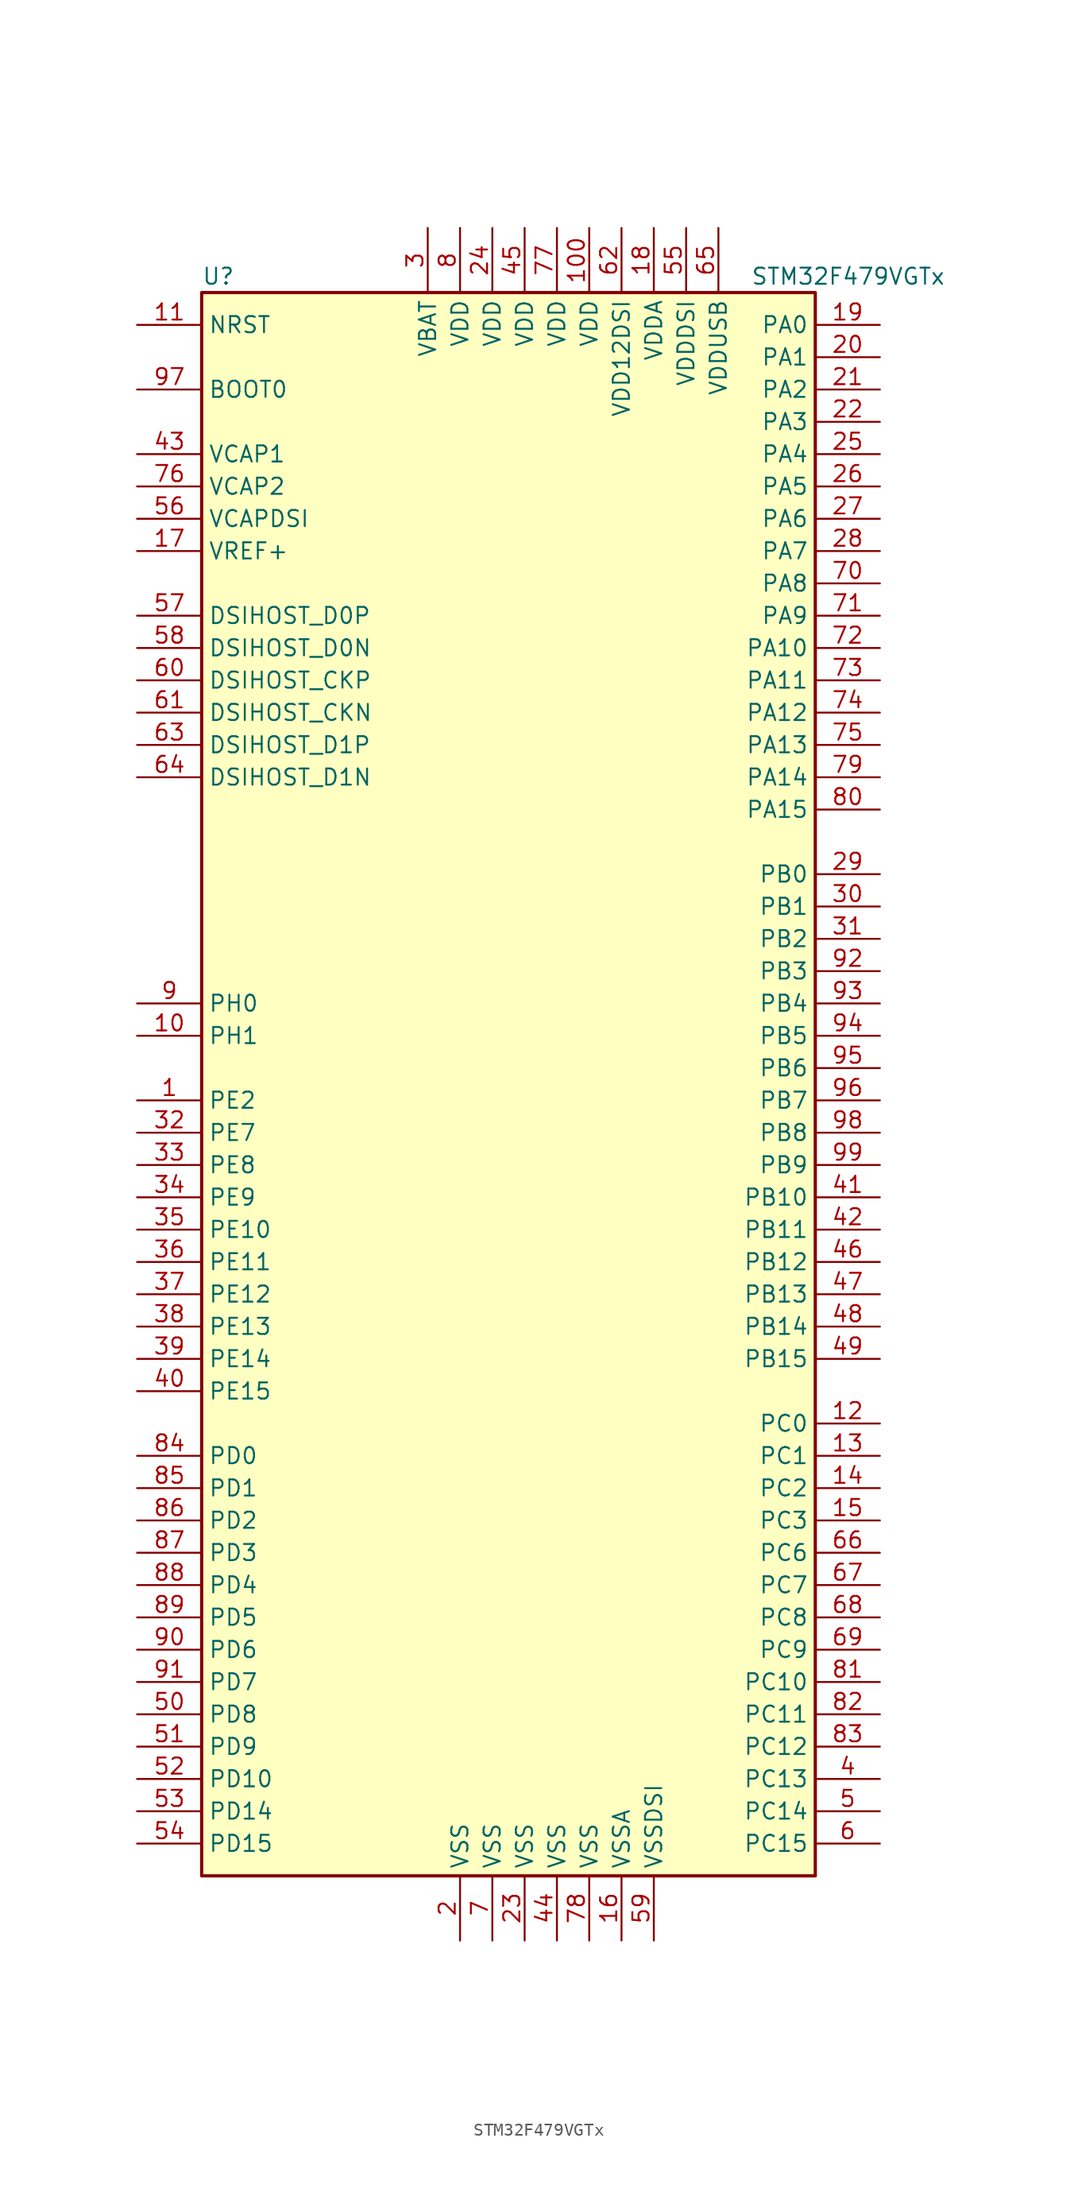
<source format=kicad_sym>
(kicad_symbol_lib
  (version 20220914)
  (generator kicad_symbol_editor)
  (symbol "STM32F479VGTx"
    (property "Reference" "U"
      (at -25.4 62.23 0)
      (effects (font (size 1.27 1.27)) (justify left)))
    (property "Value" "STM32F479VGTx"
      (at 17.78 62.23 0)
      (effects (font (size 1.27 1.27)) (justify left)))
    (symbol "STM32F479VGTx_0_1"
      (rectangle (start -25.4 -63.5) (end 22.86 60.96) (stroke (width 0.254) (type default)) (fill (type background))))
    (symbol "STM32F479VGTx_1_1"
      (pin bidirectional line (at -30.48 -2.54 0) (length 5.08) (name "PE2" (effects (font (size 1.27 1.27)))) (number "1" (effects (font (size 1.27 1.27)))))
      (pin input line (at -30.48 2.54 0) (length 5.08) (name "PH1" (effects (font (size 1.27 1.27)))) (number "10" (effects (font (size 1.27 1.27)))))
      (pin power_in line (at 5.08 66.04 270) (length 5.08) (name "VDD" (effects (font (size 1.27 1.27)))) (number "100" (effects (font (size 1.27 1.27)))))
      (pin input line (at -30.48 58.42 0) (length 5.08) (name "NRST" (effects (font (size 1.27 1.27)))) (number "11" (effects (font (size 1.27 1.27)))))
      (pin bidirectional line (at 27.94 -27.94 180) (length 5.08) (name "PC0" (effects (font (size 1.27 1.27)))) (number "12" (effects (font (size 1.27 1.27)))))
      (pin bidirectional line (at 27.94 -30.48 180) (length 5.08) (name "PC1" (effects (font (size 1.27 1.27)))) (number "13" (effects (font (size 1.27 1.27)))))
      (pin bidirectional line (at 27.94 -33.02 180) (length 5.08) (name "PC2" (effects (font (size 1.27 1.27)))) (number "14" (effects (font (size 1.27 1.27)))))
      (pin bidirectional line (at 27.94 -35.56 180) (length 5.08) (name "PC3" (effects (font (size 1.27 1.27)))) (number "15" (effects (font (size 1.27 1.27)))))
      (pin power_in line (at 7.62 -68.58 90) (length 5.08) (name "VSSA" (effects (font (size 1.27 1.27)))) (number "16" (effects (font (size 1.27 1.27)))))
      (pin power_in line (at -30.48 40.64 0) (length 5.08) (name "VREF+" (effects (font (size 1.27 1.27)))) (number "17" (effects (font (size 1.27 1.27)))))
      (pin power_in line (at 10.16 66.04 270) (length 5.08) (name "VDDA" (effects (font (size 1.27 1.27)))) (number "18" (effects (font (size 1.27 1.27)))))
      (pin bidirectional line (at 27.94 58.42 180) (length 5.08) (name "PA0" (effects (font (size 1.27 1.27)))) (number "19" (effects (font (size 1.27 1.27)))))
      (pin power_in line (at -5.08 -68.58 90) (length 5.08) (name "VSS" (effects (font (size 1.27 1.27)))) (number "2" (effects (font (size 1.27 1.27)))))
      (pin bidirectional line (at 27.94 55.88 180) (length 5.08) (name "PA1" (effects (font (size 1.27 1.27)))) (number "20" (effects (font (size 1.27 1.27)))))
      (pin bidirectional line (at 27.94 53.34 180) (length 5.08) (name "PA2" (effects (font (size 1.27 1.27)))) (number "21" (effects (font (size 1.27 1.27)))))
      (pin bidirectional line (at 27.94 50.8 180) (length 5.08) (name "PA3" (effects (font (size 1.27 1.27)))) (number "22" (effects (font (size 1.27 1.27)))))
      (pin power_in line (at 0 -68.58 90) (length 5.08) (name "VSS" (effects (font (size 1.27 1.27)))) (number "23" (effects (font (size 1.27 1.27)))))
      (pin power_in line (at -2.54 66.04 270) (length 5.08) (name "VDD" (effects (font (size 1.27 1.27)))) (number "24" (effects (font (size 1.27 1.27)))))
      (pin bidirectional line (at 27.94 48.26 180) (length 5.08) (name "PA4" (effects (font (size 1.27 1.27)))) (number "25" (effects (font (size 1.27 1.27)))))
      (pin bidirectional line (at 27.94 45.72 180) (length 5.08) (name "PA5" (effects (font (size 1.27 1.27)))) (number "26" (effects (font (size 1.27 1.27)))))
      (pin bidirectional line (at 27.94 43.18 180) (length 5.08) (name "PA6" (effects (font (size 1.27 1.27)))) (number "27" (effects (font (size 1.27 1.27)))))
      (pin bidirectional line (at 27.94 40.64 180) (length 5.08) (name "PA7" (effects (font (size 1.27 1.27)))) (number "28" (effects (font (size 1.27 1.27)))))
      (pin bidirectional line (at 27.94 15.24 180) (length 5.08) (name "PB0" (effects (font (size 1.27 1.27)))) (number "29" (effects (font (size 1.27 1.27)))))
      (pin power_in line (at -7.62 66.04 270) (length 5.08) (name "VBAT" (effects (font (size 1.27 1.27)))) (number "3" (effects (font (size 1.27 1.27)))))
      (pin bidirectional line (at 27.94 12.7 180) (length 5.08) (name "PB1" (effects (font (size 1.27 1.27)))) (number "30" (effects (font (size 1.27 1.27)))))
      (pin bidirectional line (at 27.94 10.16 180) (length 5.08) (name "PB2" (effects (font (size 1.27 1.27)))) (number "31" (effects (font (size 1.27 1.27)))))
      (pin bidirectional line (at -30.48 -5.08 0) (length 5.08) (name "PE7" (effects (font (size 1.27 1.27)))) (number "32" (effects (font (size 1.27 1.27)))))
      (pin bidirectional line (at -30.48 -7.62 0) (length 5.08) (name "PE8" (effects (font (size 1.27 1.27)))) (number "33" (effects (font (size 1.27 1.27)))))
      (pin bidirectional line (at -30.48 -10.16 0) (length 5.08) (name "PE9" (effects (font (size 1.27 1.27)))) (number "34" (effects (font (size 1.27 1.27)))))
      (pin bidirectional line (at -30.48 -12.7 0) (length 5.08) (name "PE10" (effects (font (size 1.27 1.27)))) (number "35" (effects (font (size 1.27 1.27)))))
      (pin bidirectional line (at -30.48 -15.24 0) (length 5.08) (name "PE11" (effects (font (size 1.27 1.27)))) (number "36" (effects (font (size 1.27 1.27)))))
      (pin bidirectional line (at -30.48 -17.78 0) (length 5.08) (name "PE12" (effects (font (size 1.27 1.27)))) (number "37" (effects (font (size 1.27 1.27)))))
      (pin bidirectional line (at -30.48 -20.32 0) (length 5.08) (name "PE13" (effects (font (size 1.27 1.27)))) (number "38" (effects (font (size 1.27 1.27)))))
      (pin bidirectional line (at -30.48 -22.86 0) (length 5.08) (name "PE14" (effects (font (size 1.27 1.27)))) (number "39" (effects (font (size 1.27 1.27)))))
      (pin bidirectional line (at 27.94 -55.88 180) (length 5.08) (name "PC13" (effects (font (size 1.27 1.27)))) (number "4" (effects (font (size 1.27 1.27)))))
      (pin bidirectional line (at -30.48 -25.4 0) (length 5.08) (name "PE15" (effects (font (size 1.27 1.27)))) (number "40" (effects (font (size 1.27 1.27)))))
      (pin bidirectional line (at 27.94 -10.16 180) (length 5.08) (name "PB10" (effects (font (size 1.27 1.27)))) (number "41" (effects (font (size 1.27 1.27)))))
      (pin bidirectional line (at 27.94 -12.7 180) (length 5.08) (name "PB11" (effects (font (size 1.27 1.27)))) (number "42" (effects (font (size 1.27 1.27)))))
      (pin power_in line (at -30.48 48.26 0) (length 5.08) (name "VCAP1" (effects (font (size 1.27 1.27)))) (number "43" (effects (font (size 1.27 1.27)))))
      (pin power_in line (at 2.54 -68.58 90) (length 5.08) (name "VSS" (effects (font (size 1.27 1.27)))) (number "44" (effects (font (size 1.27 1.27)))))
      (pin power_in line (at 0 66.04 270) (length 5.08) (name "VDD" (effects (font (size 1.27 1.27)))) (number "45" (effects (font (size 1.27 1.27)))))
      (pin bidirectional line (at 27.94 -15.24 180) (length 5.08) (name "PB12" (effects (font (size 1.27 1.27)))) (number "46" (effects (font (size 1.27 1.27)))))
      (pin bidirectional line (at 27.94 -17.78 180) (length 5.08) (name "PB13" (effects (font (size 1.27 1.27)))) (number "47" (effects (font (size 1.27 1.27)))))
      (pin bidirectional line (at 27.94 -20.32 180) (length 5.08) (name "PB14" (effects (font (size 1.27 1.27)))) (number "48" (effects (font (size 1.27 1.27)))))
      (pin bidirectional line (at 27.94 -22.86 180) (length 5.08) (name "PB15" (effects (font (size 1.27 1.27)))) (number "49" (effects (font (size 1.27 1.27)))))
      (pin bidirectional line (at 27.94 -58.42 180) (length 5.08) (name "PC14" (effects (font (size 1.27 1.27)))) (number "5" (effects (font (size 1.27 1.27)))))
      (pin bidirectional line (at -30.48 -50.8 0) (length 5.08) (name "PD8" (effects (font (size 1.27 1.27)))) (number "50" (effects (font (size 1.27 1.27)))))
      (pin bidirectional line (at -30.48 -53.34 0) (length 5.08) (name "PD9" (effects (font (size 1.27 1.27)))) (number "51" (effects (font (size 1.27 1.27)))))
      (pin bidirectional line (at -30.48 -55.88 0) (length 5.08) (name "PD10" (effects (font (size 1.27 1.27)))) (number "52" (effects (font (size 1.27 1.27)))))
      (pin bidirectional line (at -30.48 -58.42 0) (length 5.08) (name "PD14" (effects (font (size 1.27 1.27)))) (number "53" (effects (font (size 1.27 1.27)))))
      (pin bidirectional line (at -30.48 -60.96 0) (length 5.08) (name "PD15" (effects (font (size 1.27 1.27)))) (number "54" (effects (font (size 1.27 1.27)))))
      (pin power_in line (at 12.7 66.04 270) (length 5.08) (name "VDDDSI" (effects (font (size 1.27 1.27)))) (number "55" (effects (font (size 1.27 1.27)))))
      (pin power_in line (at -30.48 43.18 0) (length 5.08) (name "VCAPDSI" (effects (font (size 1.27 1.27)))) (number "56" (effects (font (size 1.27 1.27)))))
      (pin bidirectional line (at -30.48 35.56 0) (length 5.08) (name "DSIHOST_D0P" (effects (font (size 1.27 1.27)))) (number "57" (effects (font (size 1.27 1.27)))))
      (pin bidirectional line (at -30.48 33.02 0) (length 5.08) (name "DSIHOST_D0N" (effects (font (size 1.27 1.27)))) (number "58" (effects (font (size 1.27 1.27)))))
      (pin power_in line (at 10.16 -68.58 90) (length 5.08) (name "VSSDSI" (effects (font (size 1.27 1.27)))) (number "59" (effects (font (size 1.27 1.27)))))
      (pin bidirectional line (at 27.94 -60.96 180) (length 5.08) (name "PC15" (effects (font (size 1.27 1.27)))) (number "6" (effects (font (size 1.27 1.27)))))
      (pin bidirectional line (at -30.48 30.48 0) (length 5.08) (name "DSIHOST_CKP" (effects (font (size 1.27 1.27)))) (number "60" (effects (font (size 1.27 1.27)))))
      (pin bidirectional line (at -30.48 27.94 0) (length 5.08) (name "DSIHOST_CKN" (effects (font (size 1.27 1.27)))) (number "61" (effects (font (size 1.27 1.27)))))
      (pin power_in line (at 7.62 66.04 270) (length 5.08) (name "VDD12DSI" (effects (font (size 1.27 1.27)))) (number "62" (effects (font (size 1.27 1.27)))))
      (pin bidirectional line (at -30.48 25.4 0) (length 5.08) (name "DSIHOST_D1P" (effects (font (size 1.27 1.27)))) (number "63" (effects (font (size 1.27 1.27)))))
      (pin bidirectional line (at -30.48 22.86 0) (length 5.08) (name "DSIHOST_D1N" (effects (font (size 1.27 1.27)))) (number "64" (effects (font (size 1.27 1.27)))))
      (pin power_in line (at 15.24 66.04 270) (length 5.08) (name "VDDUSB" (effects (font (size 1.27 1.27)))) (number "65" (effects (font (size 1.27 1.27)))))
      (pin bidirectional line (at 27.94 -38.1 180) (length 5.08) (name "PC6" (effects (font (size 1.27 1.27)))) (number "66" (effects (font (size 1.27 1.27)))))
      (pin bidirectional line (at 27.94 -40.64 180) (length 5.08) (name "PC7" (effects (font (size 1.27 1.27)))) (number "67" (effects (font (size 1.27 1.27)))))
      (pin bidirectional line (at 27.94 -43.18 180) (length 5.08) (name "PC8" (effects (font (size 1.27 1.27)))) (number "68" (effects (font (size 1.27 1.27)))))
      (pin bidirectional line (at 27.94 -45.72 180) (length 5.08) (name "PC9" (effects (font (size 1.27 1.27)))) (number "69" (effects (font (size 1.27 1.27)))))
      (pin power_in line (at -2.54 -68.58 90) (length 5.08) (name "VSS" (effects (font (size 1.27 1.27)))) (number "7" (effects (font (size 1.27 1.27)))))
      (pin bidirectional line (at 27.94 38.1 180) (length 5.08) (name "PA8" (effects (font (size 1.27 1.27)))) (number "70" (effects (font (size 1.27 1.27)))))
      (pin bidirectional line (at 27.94 35.56 180) (length 5.08) (name "PA9" (effects (font (size 1.27 1.27)))) (number "71" (effects (font (size 1.27 1.27)))))
      (pin bidirectional line (at 27.94 33.02 180) (length 5.08) (name "PA10" (effects (font (size 1.27 1.27)))) (number "72" (effects (font (size 1.27 1.27)))))
      (pin bidirectional line (at 27.94 30.48 180) (length 5.08) (name "PA11" (effects (font (size 1.27 1.27)))) (number "73" (effects (font (size 1.27 1.27)))))
      (pin bidirectional line (at 27.94 27.94 180) (length 5.08) (name "PA12" (effects (font (size 1.27 1.27)))) (number "74" (effects (font (size 1.27 1.27)))))
      (pin bidirectional line (at 27.94 25.4 180) (length 5.08) (name "PA13" (effects (font (size 1.27 1.27)))) (number "75" (effects (font (size 1.27 1.27)))))
      (pin power_in line (at -30.48 45.72 0) (length 5.08) (name "VCAP2" (effects (font (size 1.27 1.27)))) (number "76" (effects (font (size 1.27 1.27)))))
      (pin power_in line (at 2.54 66.04 270) (length 5.08) (name "VDD" (effects (font (size 1.27 1.27)))) (number "77" (effects (font (size 1.27 1.27)))))
      (pin power_in line (at 5.08 -68.58 90) (length 5.08) (name "VSS" (effects (font (size 1.27 1.27)))) (number "78" (effects (font (size 1.27 1.27)))))
      (pin bidirectional line (at 27.94 22.86 180) (length 5.08) (name "PA14" (effects (font (size 1.27 1.27)))) (number "79" (effects (font (size 1.27 1.27)))))
      (pin power_in line (at -5.08 66.04 270) (length 5.08) (name "VDD" (effects (font (size 1.27 1.27)))) (number "8" (effects (font (size 1.27 1.27)))))
      (pin bidirectional line (at 27.94 20.32 180) (length 5.08) (name "PA15" (effects (font (size 1.27 1.27)))) (number "80" (effects (font (size 1.27 1.27)))))
      (pin bidirectional line (at 27.94 -48.26 180) (length 5.08) (name "PC10" (effects (font (size 1.27 1.27)))) (number "81" (effects (font (size 1.27 1.27)))))
      (pin bidirectional line (at 27.94 -50.8 180) (length 5.08) (name "PC11" (effects (font (size 1.27 1.27)))) (number "82" (effects (font (size 1.27 1.27)))))
      (pin bidirectional line (at 27.94 -53.34 180) (length 5.08) (name "PC12" (effects (font (size 1.27 1.27)))) (number "83" (effects (font (size 1.27 1.27)))))
      (pin bidirectional line (at -30.48 -30.48 0) (length 5.08) (name "PD0" (effects (font (size 1.27 1.27)))) (number "84" (effects (font (size 1.27 1.27)))))
      (pin bidirectional line (at -30.48 -33.02 0) (length 5.08) (name "PD1" (effects (font (size 1.27 1.27)))) (number "85" (effects (font (size 1.27 1.27)))))
      (pin bidirectional line (at -30.48 -35.56 0) (length 5.08) (name "PD2" (effects (font (size 1.27 1.27)))) (number "86" (effects (font (size 1.27 1.27)))))
      (pin bidirectional line (at -30.48 -38.1 0) (length 5.08) (name "PD3" (effects (font (size 1.27 1.27)))) (number "87" (effects (font (size 1.27 1.27)))))
      (pin bidirectional line (at -30.48 -40.64 0) (length 5.08) (name "PD4" (effects (font (size 1.27 1.27)))) (number "88" (effects (font (size 1.27 1.27)))))
      (pin bidirectional line (at -30.48 -43.18 0) (length 5.08) (name "PD5" (effects (font (size 1.27 1.27)))) (number "89" (effects (font (size 1.27 1.27)))))
      (pin input line (at -30.48 5.08 0) (length 5.08) (name "PH0" (effects (font (size 1.27 1.27)))) (number "9" (effects (font (size 1.27 1.27)))))
      (pin bidirectional line (at -30.48 -45.72 0) (length 5.08) (name "PD6" (effects (font (size 1.27 1.27)))) (number "90" (effects (font (size 1.27 1.27)))))
      (pin bidirectional line (at -30.48 -48.26 0) (length 5.08) (name "PD7" (effects (font (size 1.27 1.27)))) (number "91" (effects (font (size 1.27 1.27)))))
      (pin bidirectional line (at 27.94 7.62 180) (length 5.08) (name "PB3" (effects (font (size 1.27 1.27)))) (number "92" (effects (font (size 1.27 1.27)))))
      (pin bidirectional line (at 27.94 5.08 180) (length 5.08) (name "PB4" (effects (font (size 1.27 1.27)))) (number "93" (effects (font (size 1.27 1.27)))))
      (pin bidirectional line (at 27.94 2.54 180) (length 5.08) (name "PB5" (effects (font (size 1.27 1.27)))) (number "94" (effects (font (size 1.27 1.27)))))
      (pin bidirectional line (at 27.94 0 180) (length 5.08) (name "PB6" (effects (font (size 1.27 1.27)))) (number "95" (effects (font (size 1.27 1.27)))))
      (pin bidirectional line (at 27.94 -2.54 180) (length 5.08) (name "PB7" (effects (font (size 1.27 1.27)))) (number "96" (effects (font (size 1.27 1.27)))))
      (pin input line (at -30.48 53.34 0) (length 5.08) (name "BOOT0" (effects (font (size 1.27 1.27)))) (number "97" (effects (font (size 1.27 1.27)))))
      (pin bidirectional line (at 27.94 -5.08 180) (length 5.08) (name "PB8" (effects (font (size 1.27 1.27)))) (number "98" (effects (font (size 1.27 1.27)))))
      (pin bidirectional line (at 27.94 -7.62 180) (length 5.08) (name "PB9" (effects (font (size 1.27 1.27)))) (number "99" (effects (font (size 1.27 1.27))))))))
</source>
